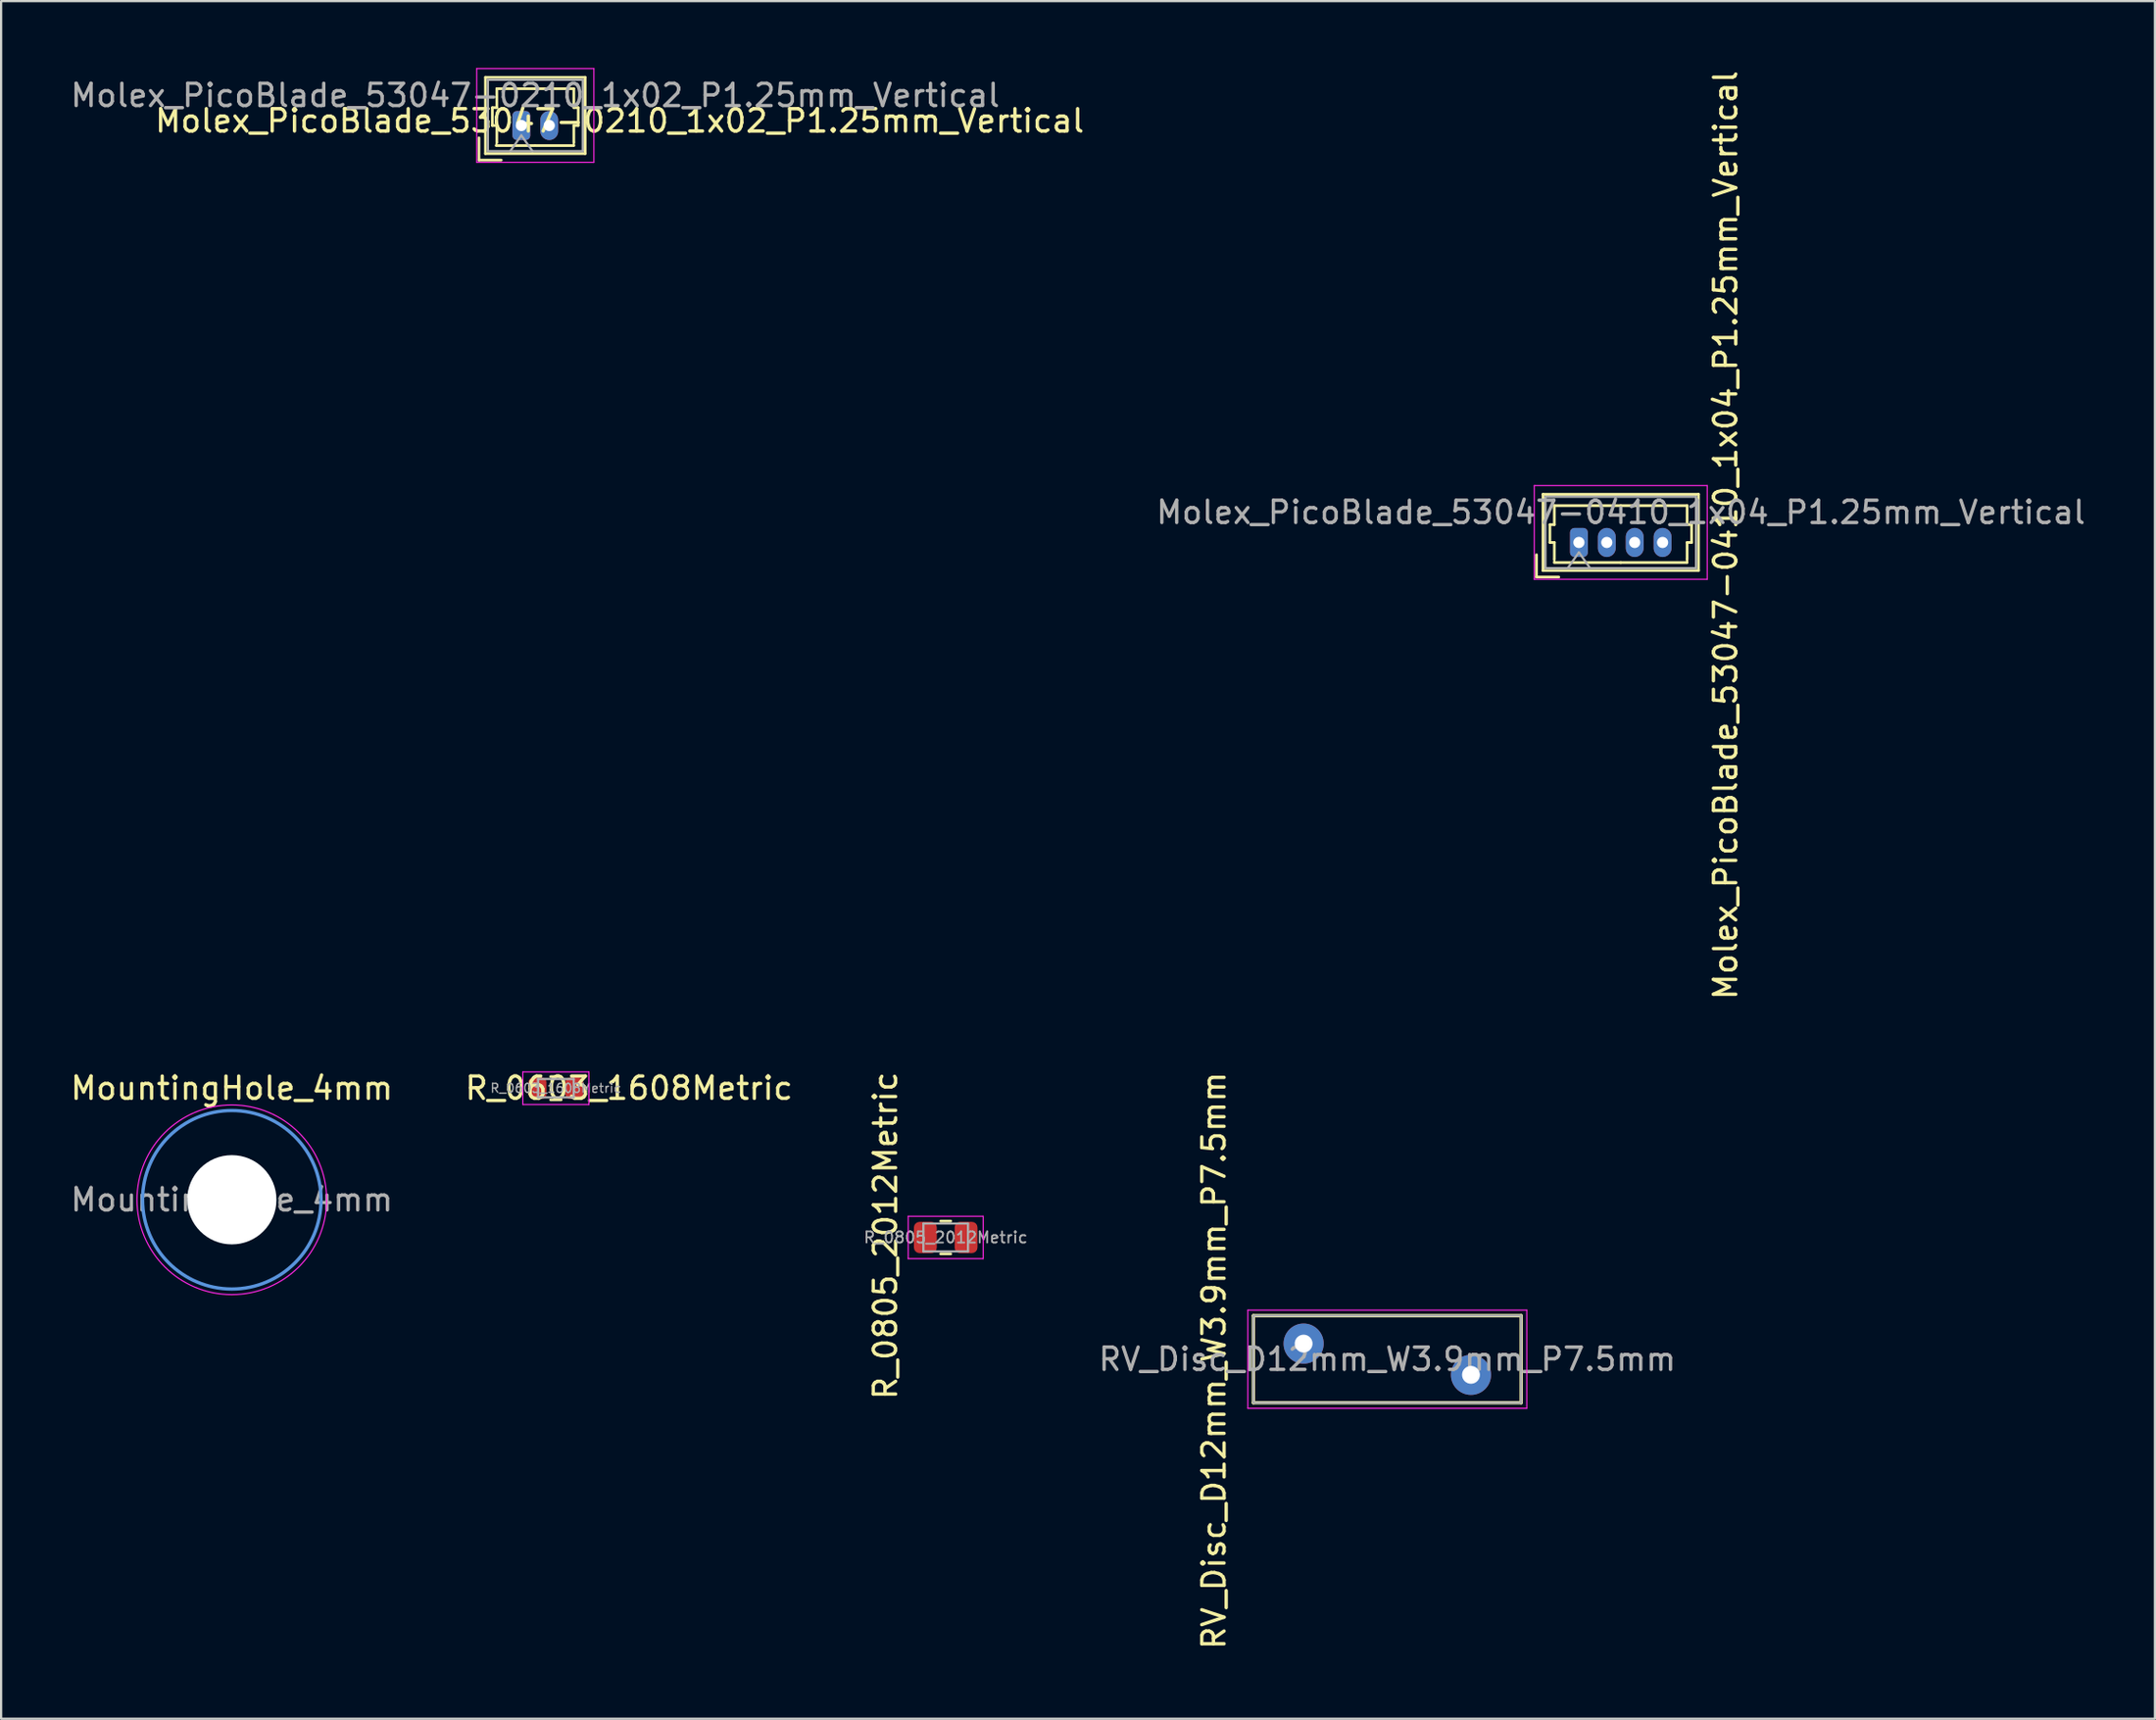
<source format=kicad_pcb>
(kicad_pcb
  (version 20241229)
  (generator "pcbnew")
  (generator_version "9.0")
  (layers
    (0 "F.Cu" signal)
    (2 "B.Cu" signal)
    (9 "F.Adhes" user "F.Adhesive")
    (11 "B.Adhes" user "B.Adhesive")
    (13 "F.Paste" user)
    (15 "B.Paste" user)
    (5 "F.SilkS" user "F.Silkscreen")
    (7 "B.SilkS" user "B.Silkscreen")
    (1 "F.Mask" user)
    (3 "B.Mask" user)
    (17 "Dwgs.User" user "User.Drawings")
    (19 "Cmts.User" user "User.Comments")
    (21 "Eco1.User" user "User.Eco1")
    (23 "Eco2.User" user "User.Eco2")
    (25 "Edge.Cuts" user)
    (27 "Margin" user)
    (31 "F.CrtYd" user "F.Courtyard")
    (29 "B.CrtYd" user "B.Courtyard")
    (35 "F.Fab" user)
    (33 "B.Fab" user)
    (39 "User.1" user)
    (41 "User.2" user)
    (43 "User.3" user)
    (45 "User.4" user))
  (footprint "Molex_PicoBlade_53047-0410_1x04_P1.25mm_Vertical"
    (layer "F.Cu")
    (at 67.709 21.26)
    (property "Reference" "Molex_PicoBlade_53047-0410_1x04_P1.25mm_Vertical" (at 6.574 -0.325 90) (layer "F.SilkS") (effects (font (size 1 1) (thickness 0.15))))
    (attr through_hole)
    (fp_line (start -1.9 0.55) (end -1.9 1.55) (stroke (width 0.12) (type solid)) (layer "F.SilkS"))
    (fp_line (start -1.61 -2.16) (end 5.36 -2.16) (stroke (width 0.12) (type solid)) (layer "F.SilkS"))
    (fp_line (start -1.61 1.26) (end -1.61 -2.16) (stroke (width 0.12) (type solid)) (layer "F.SilkS"))
    (fp_line (start -1.3 -0.8) (end -1.3 0) (stroke (width 0.12) (type solid)) (layer "F.SilkS"))
    (fp_line (start -1.3 0) (end -1.1 0) (stroke (width 0.12) (type solid)) (layer "F.SilkS"))
    (fp_line (start -1.1 -1.65) (end -1.1 -0.8) (stroke (width 0.12) (type solid)) (layer "F.SilkS"))
    (fp_line (start -1.1 -0.8) (end -1.3 -0.8) (stroke (width 0.12) (type solid)) (layer "F.SilkS"))
    (fp_line (start -1.1 0) (end -1.1 0.75) (stroke (width 0.12) (type solid)) (layer "F.SilkS"))
    (fp_line (start -1.1 0.9) (end -1.1 0.75) (stroke (width 0.1) (type default)) (layer "F.SilkS"))
    (fp_line (start -1.1 0.9) (end 1.875 0.9) (stroke (width 0.12) (type solid)) (layer "F.SilkS"))
    (fp_line (start -0.9 1.55) (end -1.9 1.55) (stroke (width 0.12) (type solid)) (layer "F.SilkS"))
    (fp_line (start 1.875 -1.65) (end -1.1 -1.65) (stroke (width 0.12) (type solid)) (layer "F.SilkS"))
    (fp_line (start 1.875 -1.65) (end 4.85 -1.65) (stroke (width 0.12) (type solid)) (layer "F.SilkS"))
    (fp_line (start 4.85 -1.65) (end 4.85 -0.8) (stroke (width 0.12) (type solid)) (layer "F.SilkS"))
    (fp_line (start 4.85 -0.8) (end 5.05 -0.8) (stroke (width 0.12) (type solid)) (layer "F.SilkS"))
    (fp_line (start 4.85 0) (end 4.85 0.75) (stroke (width 0.12) (type solid)) (layer "F.SilkS"))
    (fp_line (start 4.85 0.9) (end 1.875 0.9) (stroke (width 0.12) (type solid)) (layer "F.SilkS"))
    (fp_line (start 4.85 0.9) (end 4.85 0.75) (stroke (width 0.1) (type default)) (layer "F.SilkS"))
    (fp_line (start 5.05 -0.8) (end 5.05 0) (stroke (width 0.12) (type solid)) (layer "F.SilkS"))
    (fp_line (start 5.05 0) (end 4.85 0) (stroke (width 0.12) (type solid)) (layer "F.SilkS"))
    (fp_line (start 5.36 -2.16) (end 5.36 1.26) (stroke (width 0.12) (type solid)) (layer "F.SilkS"))
    (fp_line (start 5.36 1.26) (end -1.61 1.26) (stroke (width 0.12) (type solid)) (layer "F.SilkS"))
    (fp_line (start -2 -2.55) (end 5.75 -2.55) (stroke (width 0.05) (type solid)) (layer "F.CrtYd"))
    (fp_line (start -2 1.65) (end -2 -2.55) (stroke (width 0.05) (type solid)) (layer "F.CrtYd"))
    (fp_line (start 5.75 -2.55) (end 5.75 1.65) (stroke (width 0.05) (type solid)) (layer "F.CrtYd"))
    (fp_line (start 5.75 1.65) (end -2 1.65) (stroke (width 0.05) (type solid)) (layer "F.CrtYd"))
    (fp_line (start -1.5 -2.05) (end 5.25 -2.05) (stroke (width 0.1) (type solid)) (layer "F.Fab"))
    (fp_line (start -1.5 1.15) (end -1.5 -2.05) (stroke (width 0.1) (type solid)) (layer "F.Fab"))
    (fp_line (start 0 0.443) (end -0.5 1.15) (stroke (width 0.1) (type solid)) (layer "F.Fab"))
    (fp_line (start 0.5 1.15) (end 0 0.443) (stroke (width 0.1) (type solid)) (layer "F.Fab"))
    (fp_line (start 5.25 -2.05) (end 5.25 1.15) (stroke (width 0.1) (type solid)) (layer "F.Fab"))
    (fp_line (start 5.25 1.15) (end -1.5 1.15) (stroke (width 0.1) (type solid)) (layer "F.Fab"))
    (fp_text user "${REFERENCE}" (at 1.88 -1.35 0) (layer "F.Fab") (effects (font (size 1 1) (thickness 0.15))))
    (pad "1" thru_hole roundrect (at 0 0 180) (size 0.8 1.3) (drill 0.5) (layers "*.Cu" "*.Mask") (roundrect_rratio 0.25))
    (pad "2" thru_hole oval (at 1.25 0 180) (size 0.8 1.3) (drill 0.5) (layers "*.Cu" "*.Mask"))
    (pad "3" thru_hole oval (at 2.5 0 180) (size 0.8 1.3) (drill 0.5) (layers "*.Cu" "*.Mask"))
    (pad "4" thru_hole oval (at 3.75 0 180) (size 0.8 1.3) (drill 0.5) (layers "*.Cu" "*.Mask")))
  (footprint "RV_Disc_D12mm_W3.9mm_P7.5mm"
    (layer "F.Cu")
    (at 55.372 57.163)
    (property "Reference" "RV_Disc_D12mm_W3.9mm_P7.5mm" (at -4.02 0.76 90) (layer "F.SilkS") (effects (font (size 1 1) (thickness 0.15))))
    (attr through_hole)
    (fp_line (start -2.25 2.65) (end -2.25 -1.25) (stroke (width 0.15) (type solid)) (layer "F.SilkS"))
    (fp_line (start 9.75 -1.25) (end -2.25 -1.25) (stroke (width 0.15) (type solid)) (layer "F.SilkS"))
    (fp_line (start 9.75 2.65) (end -2.25 2.65) (stroke (width 0.15) (type solid)) (layer "F.SilkS"))
    (fp_line (start 9.75 2.65) (end 9.75 -1.25) (stroke (width 0.15) (type solid)) (layer "F.SilkS"))
    (fp_line (start -2.5 2.9) (end -2.5 -1.5) (stroke (width 0.05) (type solid)) (layer "F.CrtYd"))
    (fp_line (start 10 -1.5) (end -2.5 -1.5) (stroke (width 0.05) (type solid)) (layer "F.CrtYd"))
    (fp_line (start 10 2.9) (end -2.5 2.9) (stroke (width 0.05) (type solid)) (layer "F.CrtYd"))
    (fp_line (start 10 2.9) (end 10 -1.5) (stroke (width 0.05) (type solid)) (layer "F.CrtYd"))
    (fp_line (start -2.25 2.65) (end -2.25 -1.25) (stroke (width 0.1) (type solid)) (layer "F.Fab"))
    (fp_line (start 9.75 -1.25) (end -2.25 -1.25) (stroke (width 0.1) (type solid)) (layer "F.Fab"))
    (fp_line (start 9.75 2.65) (end -2.25 2.65) (stroke (width 0.1) (type solid)) (layer "F.Fab"))
    (fp_line (start 9.75 2.65) (end 9.75 -1.25) (stroke (width 0.1) (type solid)) (layer "F.Fab"))
    (fp_text user "${REFERENCE}" (at 3.75 0.7 0) (layer "F.Fab") (effects (font (size 1 1) (thickness 0.15))))
    (pad "1" thru_hole circle (at 0 0 180) (size 1.8 1.8) (drill 0.8) (layers "*.Cu" "*.Mask"))
    (pad "2" thru_hole circle (at 7.5 1.4 180) (size 1.8 1.8) (drill 0.8) (layers "*.Cu" "*.Mask")))
  (footprint "MountingHole_4mm"
    (layer "F.Cu")
    (at 7.339 50.717)
    (property "Reference" "MountingHole_4mm" (at 0 -5 0) (layer "F.SilkS") (effects (font (size 1 1) (thickness 0.15))))
    (attr exclude_from_pos_files exclude_from_bom)
    (fp_circle (center 0 0) (end 4 0) (stroke (width 0.15) (type solid)) (fill no) (layer "Cmts.User"))
    (fp_circle (center 0 0) (end 4.25 0) (stroke (width 0.05) (type solid)) (fill no) (layer "F.CrtYd"))
    (fp_text user "${REFERENCE}" (at 0 0 0) (layer "F.Fab") (effects (font (size 1 1) (thickness 0.15))))
    (pad "" np_thru_hole circle (at 0 0) (size 4 4) (drill 4) (layers "*.Cu" "*.Mask")))
  (footprint "Molex_PicoBlade_53047-0210_1x02_P1.25mm_Vertical"
    (layer "F.Cu")
    (at 20.315 2.575)
    (property "Reference" "Molex_PicoBlade_53047-0210_1x02_P1.25mm_Vertical" (at 4.405 -0.21 0) (layer "F.SilkS") (effects (font (size 1 1) (thickness 0.15))))
    (attr through_hole)
    (fp_line (start -1.9 1.55) (end -1.9 0.55) (stroke (width 0.12) (type solid)) (layer "F.SilkS"))
    (fp_line (start -1.9 1.55) (end -0.9 1.55) (stroke (width 0.12) (type solid)) (layer "F.SilkS"))
    (fp_line (start -1.61 -2.16) (end -1.61 1.26) (stroke (width 0.12) (type solid)) (layer "F.SilkS"))
    (fp_line (start -1.61 1.26) (end 2.86 1.26) (stroke (width 0.12) (type solid)) (layer "F.SilkS"))
    (fp_line (start -1.3 -0.8) (end -1.1 -0.8) (stroke (width 0.12) (type solid)) (layer "F.SilkS"))
    (fp_line (start -1.3 0) (end -1.3 -0.8) (stroke (width 0.12) (type solid)) (layer "F.SilkS"))
    (fp_line (start -1.1 -1.65) (end 0.625 -1.65) (stroke (width 0.12) (type solid)) (layer "F.SilkS"))
    (fp_line (start -1.1 -0.8) (end -1.1 -1.65) (stroke (width 0.12) (type solid)) (layer "F.SilkS"))
    (fp_line (start -1.1 0) (end -1.3 0) (stroke (width 0.12) (type solid)) (layer "F.SilkS"))
    (fp_line (start -1.1 0.75) (end -1.125 0.9) (stroke (width 0.1) (type default)) (layer "F.SilkS"))
    (fp_line (start -1.1 0.75) (end -1.1 0) (stroke (width 0.12) (type solid)) (layer "F.SilkS"))
    (fp_line (start 0.6 0.9) (end -1.125 0.9) (stroke (width 0.12) (type solid)) (layer "F.SilkS"))
    (fp_line (start 0.625 0.9) (end 2.35 0.9) (stroke (width 0.12) (type solid)) (layer "F.SilkS"))
    (fp_line (start 2.35 -1.65) (end 0.625 -1.65) (stroke (width 0.12) (type solid)) (layer "F.SilkS"))
    (fp_line (start 2.35 -0.8) (end 2.35 -1.65) (stroke (width 0.12) (type solid)) (layer "F.SilkS"))
    (fp_line (start 2.35 0) (end 2.55 0) (stroke (width 0.12) (type solid)) (layer "F.SilkS"))
    (fp_line (start 2.35 0.75) (end 2.35 0) (stroke (width 0.12) (type solid)) (layer "F.SilkS"))
    (fp_line (start 2.35 0.75) (end 2.35 0.9) (stroke (width 0.1) (type default)) (layer "F.SilkS"))
    (fp_line (start 2.55 -0.8) (end 2.35 -0.8) (stroke (width 0.12) (type solid)) (layer "F.SilkS"))
    (fp_line (start 2.55 0) (end 2.55 -0.8) (stroke (width 0.12) (type solid)) (layer "F.SilkS"))
    (fp_line (start 2.86 -2.16) (end -1.61 -2.16) (stroke (width 0.12) (type solid)) (layer "F.SilkS"))
    (fp_line (start 2.86 1.26) (end 2.86 -2.16) (stroke (width 0.12) (type solid)) (layer "F.SilkS"))
    (fp_line (start -2 -2.55) (end -2 1.65) (stroke (width 0.05) (type solid)) (layer "F.CrtYd"))
    (fp_line (start -2 1.65) (end 3.25 1.65) (stroke (width 0.05) (type solid)) (layer "F.CrtYd"))
    (fp_line (start 3.25 -2.55) (end -2 -2.55) (stroke (width 0.05) (type solid)) (layer "F.CrtYd"))
    (fp_line (start 3.25 1.65) (end 3.25 -2.55) (stroke (width 0.05) (type solid)) (layer "F.CrtYd"))
    (fp_line (start -1.5 -2.05) (end -1.5 1.15) (stroke (width 0.1) (type solid)) (layer "F.Fab"))
    (fp_line (start -1.5 1.15) (end 2.75 1.15) (stroke (width 0.1) (type solid)) (layer "F.Fab"))
    (fp_line (start -0.5 1.15) (end 0 0.443) (stroke (width 0.1) (type solid)) (layer "F.Fab"))
    (fp_line (start 0 0.443) (end 0.5 1.15) (stroke (width 0.1) (type solid)) (layer "F.Fab"))
    (fp_line (start 2.75 -2.05) (end -1.5 -2.05) (stroke (width 0.1) (type solid)) (layer "F.Fab"))
    (fp_line (start 2.75 1.15) (end 2.75 -2.05) (stroke (width 0.1) (type solid)) (layer "F.Fab"))
    (fp_text user "${REFERENCE}" (at 0.62 -1.35 0) (layer "F.Fab") (effects (font (size 1 1) (thickness 0.15))))
    (pad "1" thru_hole roundrect (at 0 0) (size 0.8 1.3) (drill 0.5) (layers "*.Cu" "*.Mask") (roundrect_rratio 0.25))
    (pad "2" thru_hole oval (at 1.25 0) (size 0.8 1.3) (drill 0.5) (layers "*.Cu" "*.Mask")))
  (footprint "R_0603_1608Metric"
    (layer "F.Cu")
    (at 21.862 45.717)
    (property "Reference" "R_0603_1608Metric" (at 3.275 0 180) (layer "F.SilkS") (effects (font (size 1 1) (thickness 0.15))))
    (attr smd)
    (fp_line (start -0.237 -0.522) (end 0.237 -0.522) (stroke (width 0.12) (type solid)) (layer "F.SilkS"))
    (fp_line (start -0.237 0.522) (end 0.237 0.522) (stroke (width 0.12) (type solid)) (layer "F.SilkS"))
    (fp_line (start -1.48 -0.73) (end 1.48 -0.73) (stroke (width 0.05) (type solid)) (layer "F.CrtYd"))
    (fp_line (start -1.48 0.73) (end -1.48 -0.73) (stroke (width 0.05) (type solid)) (layer "F.CrtYd"))
    (fp_line (start 1.48 -0.73) (end 1.48 0.73) (stroke (width 0.05) (type solid)) (layer "F.CrtYd"))
    (fp_line (start 1.48 0.73) (end -1.48 0.73) (stroke (width 0.05) (type solid)) (layer "F.CrtYd"))
    (fp_line (start -0.8 -0.412) (end 0.8 -0.412) (stroke (width 0.1) (type solid)) (layer "F.Fab"))
    (fp_line (start -0.8 0.412) (end -0.8 -0.412) (stroke (width 0.1) (type solid)) (layer "F.Fab"))
    (fp_line (start 0.8 -0.412) (end 0.8 0.412) (stroke (width 0.1) (type solid)) (layer "F.Fab"))
    (fp_line (start 0.8 0.412) (end -0.8 0.412) (stroke (width 0.1) (type solid)) (layer "F.Fab"))
    (fp_text user "${REFERENCE}" (at 0 0 180) (layer "F.Fab") (effects (font (size 0.4 0.4) (thickness 0.06))))
    (pad "1" smd roundrect (at -0.825 0) (size 0.8 0.95) (layers "F.Cu" "F.Mask" "F.Paste") (roundrect_rratio 0.25))
    (pad "2" smd roundrect (at 0.825 0) (size 0.8 0.95) (layers "F.Cu" "F.Mask" "F.Paste") (roundrect_rratio 0.25)))
  (footprint "R_0805_2012Metric"
    (layer "F.Cu")
    (at 39.332 52.407)
    (property "Reference" "R_0805_2012Metric" (at -2.7 -0.08 90) (layer "F.SilkS") (effects (font (size 1 1) (thickness 0.15))))
    (attr smd)
    (fp_line (start 0.227 -0.735) (end -0.227 -0.735) (stroke (width 0.12) (type solid)) (layer "F.SilkS"))
    (fp_line (start 0.227 0.735) (end -0.227 0.735) (stroke (width 0.12) (type solid)) (layer "F.SilkS"))
    (fp_line (start -1.68 -0.95) (end -1.68 0.95) (stroke (width 0.05) (type solid)) (layer "F.CrtYd"))
    (fp_line (start -1.68 0.95) (end 1.68 0.95) (stroke (width 0.05) (type solid)) (layer "F.CrtYd"))
    (fp_line (start 1.68 -0.95) (end -1.68 -0.95) (stroke (width 0.05) (type solid)) (layer "F.CrtYd"))
    (fp_line (start 1.68 0.95) (end 1.68 -0.95) (stroke (width 0.05) (type solid)) (layer "F.CrtYd"))
    (fp_line (start -1 -0.625) (end -1 0.625) (stroke (width 0.1) (type solid)) (layer "F.Fab"))
    (fp_line (start -1 0.625) (end 1 0.625) (stroke (width 0.1) (type solid)) (layer "F.Fab"))
    (fp_line (start 1 -0.625) (end -1 -0.625) (stroke (width 0.1) (type solid)) (layer "F.Fab"))
    (fp_line (start 1 0.625) (end 1 -0.625) (stroke (width 0.1) (type solid)) (layer "F.Fab"))
    (fp_text user "${REFERENCE}" (at 0 0 0) (layer "F.Fab") (effects (font (size 0.5 0.5) (thickness 0.08))))
    (pad "1" smd roundrect (at -0.912 0 180) (size 1.025 1.4) (layers "F.Cu" "F.Mask" "F.Paste") (roundrect_rratio 0.244))
    (pad "2" smd roundrect (at 0.912 0 180) (size 1.025 1.4) (layers "F.Cu" "F.Mask" "F.Paste") (roundrect_rratio 0.244)))
  (gr_rect
    (start -3 -3)
    (end 93.523 73.976)
    (stroke (width 0.1) (type default))
    (fill no)
    (layer "Edge.Cuts")))
</source>
